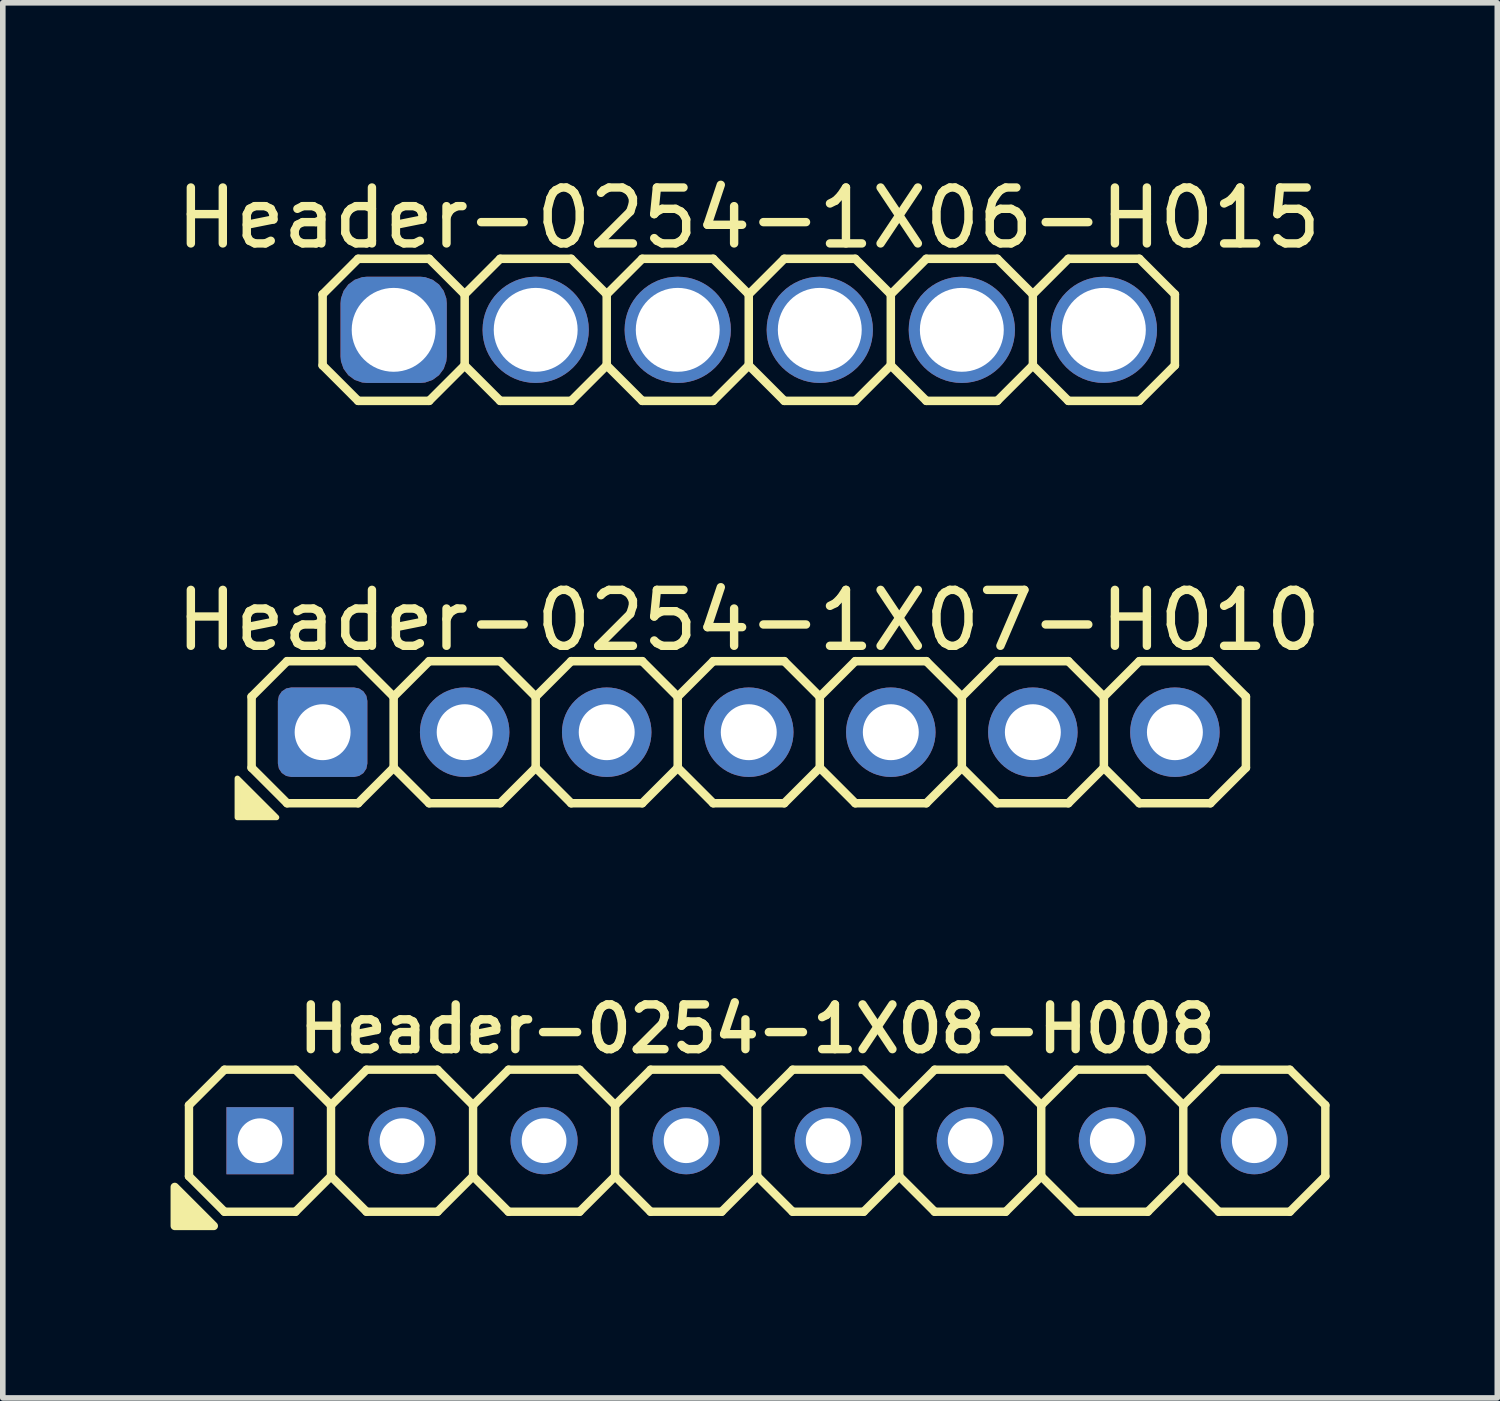
<source format=kicad_pcb>
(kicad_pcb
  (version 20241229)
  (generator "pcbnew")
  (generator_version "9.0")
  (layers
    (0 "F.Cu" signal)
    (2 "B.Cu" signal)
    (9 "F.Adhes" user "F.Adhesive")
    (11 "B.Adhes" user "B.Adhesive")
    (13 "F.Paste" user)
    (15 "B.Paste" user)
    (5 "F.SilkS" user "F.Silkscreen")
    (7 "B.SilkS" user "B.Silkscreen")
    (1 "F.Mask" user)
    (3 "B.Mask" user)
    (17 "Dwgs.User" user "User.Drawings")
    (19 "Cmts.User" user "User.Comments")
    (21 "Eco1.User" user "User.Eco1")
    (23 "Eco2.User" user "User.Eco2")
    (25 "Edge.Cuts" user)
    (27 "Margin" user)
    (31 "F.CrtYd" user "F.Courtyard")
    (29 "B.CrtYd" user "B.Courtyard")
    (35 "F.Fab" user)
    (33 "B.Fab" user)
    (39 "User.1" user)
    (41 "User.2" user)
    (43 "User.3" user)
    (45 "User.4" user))
  (footprint "Header-0254-1X07-H010"
    (layer "F.Cu")
    (at 10.339 10.043)
    (property "Reference" "Header-0254-1X07-H010" (at 0 -2 0) (layer "F.SilkS") (effects (font (size 1 1) (thickness 0.15))))
    (attr exclude_from_pos_files exclude_from_bom)
    (fp_line (start -8.89 -0.635) (end -8.89 0.635) (stroke (width 0.152) (type solid)) (layer "F.SilkS"))
    (fp_line (start -8.89 0.635) (end -8.255 1.27) (stroke (width 0.152) (type solid)) (layer "F.SilkS"))
    (fp_line (start -8.255 -1.27) (end -8.89 -0.635) (stroke (width 0.152) (type solid)) (layer "F.SilkS"))
    (fp_line (start -8.255 -1.27) (end -6.985 -1.27) (stroke (width 0.152) (type solid)) (layer "F.SilkS"))
    (fp_line (start -6.985 -1.27) (end -6.35 -0.635) (stroke (width 0.152) (type solid)) (layer "F.SilkS"))
    (fp_line (start -6.985 1.27) (end -8.255 1.27) (stroke (width 0.152) (type solid)) (layer "F.SilkS"))
    (fp_line (start -6.35 -0.635) (end -6.35 0.635) (stroke (width 0.152) (type solid)) (layer "F.SilkS"))
    (fp_line (start -6.35 -0.635) (end -5.715 -1.27) (stroke (width 0.152) (type solid)) (layer "F.SilkS"))
    (fp_line (start -6.35 0.635) (end -6.985 1.27) (stroke (width 0.152) (type solid)) (layer "F.SilkS"))
    (fp_line (start -5.715 -1.27) (end -4.445 -1.27) (stroke (width 0.152) (type solid)) (layer "F.SilkS"))
    (fp_line (start -5.715 1.27) (end -6.35 0.635) (stroke (width 0.152) (type solid)) (layer "F.SilkS"))
    (fp_line (start -4.445 -1.27) (end -3.81 -0.635) (stroke (width 0.152) (type solid)) (layer "F.SilkS"))
    (fp_line (start -4.445 1.27) (end -5.715 1.27) (stroke (width 0.152) (type solid)) (layer "F.SilkS"))
    (fp_line (start -3.81 -0.635) (end -3.81 0.635) (stroke (width 0.152) (type solid)) (layer "F.SilkS"))
    (fp_line (start -3.81 -0.635) (end -3.175 -1.27) (stroke (width 0.152) (type solid)) (layer "F.SilkS"))
    (fp_line (start -3.81 0.635) (end -4.445 1.27) (stroke (width 0.152) (type solid)) (layer "F.SilkS"))
    (fp_line (start -3.175 -1.27) (end -1.905 -1.27) (stroke (width 0.152) (type solid)) (layer "F.SilkS"))
    (fp_line (start -3.175 1.27) (end -3.81 0.635) (stroke (width 0.152) (type solid)) (layer "F.SilkS"))
    (fp_line (start -1.905 -1.27) (end -1.27 -0.635) (stroke (width 0.152) (type solid)) (layer "F.SilkS"))
    (fp_line (start -1.905 1.27) (end -3.175 1.27) (stroke (width 0.152) (type solid)) (layer "F.SilkS"))
    (fp_line (start -1.27 -0.635) (end -1.27 0.635) (stroke (width 0.152) (type solid)) (layer "F.SilkS"))
    (fp_line (start -1.27 0.635) (end -1.905 1.27) (stroke (width 0.152) (type solid)) (layer "F.SilkS"))
    (fp_line (start -1.27 0.635) (end -0.635 1.27) (stroke (width 0.152) (type solid)) (layer "F.SilkS"))
    (fp_line (start -0.635 -1.27) (end -1.27 -0.635) (stroke (width 0.152) (type solid)) (layer "F.SilkS"))
    (fp_line (start -0.635 -1.27) (end 0.635 -1.27) (stroke (width 0.152) (type solid)) (layer "F.SilkS"))
    (fp_line (start 0.635 -1.27) (end 1.27 -0.635) (stroke (width 0.152) (type solid)) (layer "F.SilkS"))
    (fp_line (start 0.635 1.27) (end -0.635 1.27) (stroke (width 0.152) (type solid)) (layer "F.SilkS"))
    (fp_line (start 1.27 -0.635) (end 1.27 0.635) (stroke (width 0.152) (type solid)) (layer "F.SilkS"))
    (fp_line (start 1.27 -0.635) (end 1.905 -1.27) (stroke (width 0.152) (type solid)) (layer "F.SilkS"))
    (fp_line (start 1.27 0.635) (end 0.635 1.27) (stroke (width 0.152) (type solid)) (layer "F.SilkS"))
    (fp_line (start 1.905 -1.27) (end 3.175 -1.27) (stroke (width 0.152) (type solid)) (layer "F.SilkS"))
    (fp_line (start 1.905 1.27) (end 1.27 0.635) (stroke (width 0.152) (type solid)) (layer "F.SilkS"))
    (fp_line (start 3.175 -1.27) (end 3.81 -0.635) (stroke (width 0.152) (type solid)) (layer "F.SilkS"))
    (fp_line (start 3.175 1.27) (end 1.905 1.27) (stroke (width 0.152) (type solid)) (layer "F.SilkS"))
    (fp_line (start 3.81 -0.635) (end 3.81 0.635) (stroke (width 0.152) (type solid)) (layer "F.SilkS"))
    (fp_line (start 3.81 -0.635) (end 4.445 -1.27) (stroke (width 0.152) (type solid)) (layer "F.SilkS"))
    (fp_line (start 3.81 0.635) (end 3.175 1.27) (stroke (width 0.152) (type solid)) (layer "F.SilkS"))
    (fp_line (start 4.445 -1.27) (end 5.715 -1.27) (stroke (width 0.152) (type solid)) (layer "F.SilkS"))
    (fp_line (start 4.445 1.27) (end 3.81 0.635) (stroke (width 0.152) (type solid)) (layer "F.SilkS"))
    (fp_line (start 5.715 -1.27) (end 6.35 -0.635) (stroke (width 0.152) (type solid)) (layer "F.SilkS"))
    (fp_line (start 5.715 1.27) (end 4.445 1.27) (stroke (width 0.152) (type solid)) (layer "F.SilkS"))
    (fp_line (start 6.35 -0.635) (end 6.35 0.635) (stroke (width 0.152) (type solid)) (layer "F.SilkS"))
    (fp_line (start 6.35 0.635) (end 5.715 1.27) (stroke (width 0.152) (type solid)) (layer "F.SilkS"))
    (fp_line (start 6.35 0.635) (end 6.985 1.27) (stroke (width 0.152) (type solid)) (layer "F.SilkS"))
    (fp_line (start 6.985 -1.27) (end 6.35 -0.635) (stroke (width 0.152) (type solid)) (layer "F.SilkS"))
    (fp_line (start 6.985 -1.27) (end 8.255 -1.27) (stroke (width 0.152) (type solid)) (layer "F.SilkS"))
    (fp_line (start 8.255 -1.27) (end 8.89 -0.635) (stroke (width 0.152) (type solid)) (layer "F.SilkS"))
    (fp_line (start 8.255 1.27) (end 6.985 1.27) (stroke (width 0.152) (type solid)) (layer "F.SilkS"))
    (fp_line (start 8.89 -0.635) (end 8.89 0.635) (stroke (width 0.152) (type solid)) (layer "F.SilkS"))
    (fp_line (start 8.89 0.635) (end 8.255 1.27) (stroke (width 0.152) (type solid)) (layer "F.SilkS"))
    (fp_poly (pts (xy -9.144 0.826) (xy -9.144 1.524) (xy -8.445 1.524)) (stroke (width 0.1) (type solid)) (fill yes) (layer "F.SilkS"))
    (pad "1" thru_hole roundrect (at -7.62 0 180) (size 1.6 1.6) (drill 1) (layers "*.Cu" "*.Mask") (roundrect_rratio 0.15))
    (pad "2" thru_hole circle (at -5.08 0 180) (size 1.6 1.6) (drill 1) (layers "*.Cu" "*.Mask"))
    (pad "3" thru_hole circle (at -2.54 0 180) (size 1.6 1.6) (drill 1) (layers "*.Cu" "*.Mask"))
    (pad "4" thru_hole circle (at 0 0 180) (size 1.6 1.6) (drill 1) (layers "*.Cu" "*.Mask"))
    (pad "5" thru_hole circle (at 2.54 0 180) (size 1.6 1.6) (drill 1) (layers "*.Cu" "*.Mask"))
    (pad "6" thru_hole circle (at 5.08 0 180) (size 1.6 1.6) (drill 1) (layers "*.Cu" "*.Mask"))
    (pad "7" thru_hole circle (at 7.62 0 180) (size 1.6 1.6) (drill 1) (layers "*.Cu" "*.Mask")))
  (footprint "Header-0254-1X06-H015"
    (layer "F.Cu")
    (at 10.339 2.848)
    (property "Reference" "Header-0254-1X06-H015" (at 0 -2 0) (layer "F.SilkS") (effects (font (size 1 1) (thickness 0.15))))
    (attr exclude_from_pos_files exclude_from_bom)
    (fp_line (start -7.62 -0.635) (end -7.62 0.635) (stroke (width 0.152) (type solid)) (layer "F.SilkS"))
    (fp_line (start -7.62 0.635) (end -6.985 1.27) (stroke (width 0.152) (type solid)) (layer "F.SilkS"))
    (fp_line (start -6.985 -1.27) (end -7.62 -0.635) (stroke (width 0.152) (type solid)) (layer "F.SilkS"))
    (fp_line (start -6.985 -1.27) (end -5.715 -1.27) (stroke (width 0.152) (type solid)) (layer "F.SilkS"))
    (fp_line (start -5.715 -1.27) (end -5.08 -0.635) (stroke (width 0.152) (type solid)) (layer "F.SilkS"))
    (fp_line (start -5.715 1.27) (end -6.985 1.27) (stroke (width 0.152) (type solid)) (layer "F.SilkS"))
    (fp_line (start -5.08 -0.635) (end -5.08 0.635) (stroke (width 0.152) (type solid)) (layer "F.SilkS"))
    (fp_line (start -5.08 -0.635) (end -4.445 -1.27) (stroke (width 0.152) (type solid)) (layer "F.SilkS"))
    (fp_line (start -5.08 0.635) (end -5.715 1.27) (stroke (width 0.152) (type solid)) (layer "F.SilkS"))
    (fp_line (start -4.445 -1.27) (end -3.175 -1.27) (stroke (width 0.152) (type solid)) (layer "F.SilkS"))
    (fp_line (start -4.445 1.27) (end -5.08 0.635) (stroke (width 0.152) (type solid)) (layer "F.SilkS"))
    (fp_line (start -3.175 -1.27) (end -2.54 -0.635) (stroke (width 0.152) (type solid)) (layer "F.SilkS"))
    (fp_line (start -3.175 1.27) (end -4.445 1.27) (stroke (width 0.152) (type solid)) (layer "F.SilkS"))
    (fp_line (start -2.54 -0.635) (end -2.54 0.635) (stroke (width 0.152) (type solid)) (layer "F.SilkS"))
    (fp_line (start -2.54 -0.635) (end -1.905 -1.27) (stroke (width 0.152) (type solid)) (layer "F.SilkS"))
    (fp_line (start -2.54 0.635) (end -3.175 1.27) (stroke (width 0.152) (type solid)) (layer "F.SilkS"))
    (fp_line (start -1.905 -1.27) (end -0.635 -1.27) (stroke (width 0.152) (type solid)) (layer "F.SilkS"))
    (fp_line (start -1.905 1.27) (end -2.54 0.635) (stroke (width 0.152) (type solid)) (layer "F.SilkS"))
    (fp_line (start -0.635 -1.27) (end 0 -0.635) (stroke (width 0.152) (type solid)) (layer "F.SilkS"))
    (fp_line (start -0.635 1.27) (end -1.905 1.27) (stroke (width 0.152) (type solid)) (layer "F.SilkS"))
    (fp_line (start 0 -0.635) (end 0 0.635) (stroke (width 0.152) (type solid)) (layer "F.SilkS"))
    (fp_line (start 0 0.635) (end -0.635 1.27) (stroke (width 0.152) (type solid)) (layer "F.SilkS"))
    (fp_line (start 0 0.635) (end 0.635 1.27) (stroke (width 0.152) (type solid)) (layer "F.SilkS"))
    (fp_line (start 0.635 -1.27) (end 0 -0.635) (stroke (width 0.152) (type solid)) (layer "F.SilkS"))
    (fp_line (start 0.635 -1.27) (end 1.905 -1.27) (stroke (width 0.152) (type solid)) (layer "F.SilkS"))
    (fp_line (start 1.905 -1.27) (end 2.54 -0.635) (stroke (width 0.152) (type solid)) (layer "F.SilkS"))
    (fp_line (start 1.905 1.27) (end 0.635 1.27) (stroke (width 0.152) (type solid)) (layer "F.SilkS"))
    (fp_line (start 2.54 -0.635) (end 2.54 0.635) (stroke (width 0.152) (type solid)) (layer "F.SilkS"))
    (fp_line (start 2.54 -0.635) (end 3.175 -1.27) (stroke (width 0.152) (type solid)) (layer "F.SilkS"))
    (fp_line (start 2.54 0.635) (end 1.905 1.27) (stroke (width 0.152) (type solid)) (layer "F.SilkS"))
    (fp_line (start 3.175 -1.27) (end 4.445 -1.27) (stroke (width 0.152) (type solid)) (layer "F.SilkS"))
    (fp_line (start 3.175 1.27) (end 2.54 0.635) (stroke (width 0.152) (type solid)) (layer "F.SilkS"))
    (fp_line (start 4.445 -1.27) (end 5.08 -0.635) (stroke (width 0.152) (type solid)) (layer "F.SilkS"))
    (fp_line (start 4.445 1.27) (end 3.175 1.27) (stroke (width 0.152) (type solid)) (layer "F.SilkS"))
    (fp_line (start 5.08 -0.635) (end 5.08 0.635) (stroke (width 0.15) (type solid)) (layer "F.SilkS"))
    (fp_line (start 5.08 0.635) (end 4.445 1.27) (stroke (width 0.152) (type solid)) (layer "F.SilkS"))
    (fp_line (start 5.08 0.635) (end 5.715 1.27) (stroke (width 0.152) (type solid)) (layer "F.SilkS"))
    (fp_line (start 5.715 -1.27) (end 5.08 -0.635) (stroke (width 0.152) (type solid)) (layer "F.SilkS"))
    (fp_line (start 5.715 -1.27) (end 6.985 -1.27) (stroke (width 0.152) (type solid)) (layer "F.SilkS"))
    (fp_line (start 6.985 -1.27) (end 7.62 -0.635) (stroke (width 0.152) (type solid)) (layer "F.SilkS"))
    (fp_line (start 6.985 1.27) (end 5.715 1.27) (stroke (width 0.152) (type solid)) (layer "F.SilkS"))
    (fp_line (start 7.62 -0.635) (end 7.62 0.635) (stroke (width 0.152) (type solid)) (layer "F.SilkS"))
    (fp_line (start 7.62 0.635) (end 6.985 1.27) (stroke (width 0.152) (type solid)) (layer "F.SilkS"))
    (pad "1" thru_hole roundrect (at -6.35 0 180) (size 1.9 1.9) (drill 1.5) (layers "*.Cu" "*.Mask") (roundrect_rratio 0.25))
    (pad "2" thru_hole circle (at -3.81 0 180) (size 1.9 1.9) (drill 1.5) (layers "*.Cu" "*.Mask"))
    (pad "3" thru_hole circle (at -1.27 0 180) (size 1.9 1.9) (drill 1.5) (layers "*.Cu" "*.Mask"))
    (pad "4" thru_hole circle (at 1.27 0 180) (size 1.9 1.9) (drill 1.5) (layers "*.Cu" "*.Mask"))
    (pad "5" thru_hole circle (at 3.81 0 180) (size 1.9 1.9) (drill 1.5) (layers "*.Cu" "*.Mask"))
    (pad "6" thru_hole circle (at 6.35 0 180) (size 1.9 1.9) (drill 1.5) (layers "*.Cu" "*.Mask")))
  (footprint "Header-0254-1X08-H008"
    (layer "F.Cu")
    (at 10.489 17.348)
    (property "Reference" "Header-0254-1X08-H008" (at 0 -2 0) (layer "F.SilkS") (effects (font (size 0.8 0.8) (thickness 0.15))))
    (attr exclude_from_pos_files exclude_from_bom)
    (fp_line (start -10.16 -0.635) (end -10.16 0.635) (stroke (width 0.15) (type solid)) (layer "F.SilkS"))
    (fp_line (start -10.16 0.635) (end -9.525 1.27) (stroke (width 0.15) (type solid)) (layer "F.SilkS"))
    (fp_line (start -9.525 -1.27) (end -10.16 -0.635) (stroke (width 0.15) (type solid)) (layer "F.SilkS"))
    (fp_line (start -9.525 -1.27) (end -8.255 -1.27) (stroke (width 0.15) (type solid)) (layer "F.SilkS"))
    (fp_line (start -8.255 -1.27) (end -7.62 -0.635) (stroke (width 0.15) (type solid)) (layer "F.SilkS"))
    (fp_line (start -8.255 1.27) (end -9.525 1.27) (stroke (width 0.15) (type solid)) (layer "F.SilkS"))
    (fp_line (start -7.62 -0.635) (end -7.62 0.635) (stroke (width 0.15) (type solid)) (layer "F.SilkS"))
    (fp_line (start -7.62 -0.635) (end -6.985 -1.27) (stroke (width 0.15) (type solid)) (layer "F.SilkS"))
    (fp_line (start -7.62 0.635) (end -8.255 1.27) (stroke (width 0.15) (type solid)) (layer "F.SilkS"))
    (fp_line (start -6.985 -1.27) (end -5.715 -1.27) (stroke (width 0.15) (type solid)) (layer "F.SilkS"))
    (fp_line (start -6.985 1.27) (end -7.62 0.635) (stroke (width 0.15) (type solid)) (layer "F.SilkS"))
    (fp_line (start -5.715 -1.27) (end -5.08 -0.635) (stroke (width 0.15) (type solid)) (layer "F.SilkS"))
    (fp_line (start -5.715 1.27) (end -6.985 1.27) (stroke (width 0.15) (type solid)) (layer "F.SilkS"))
    (fp_line (start -5.08 -0.635) (end -5.08 0.635) (stroke (width 0.15) (type solid)) (layer "F.SilkS"))
    (fp_line (start -5.08 -0.635) (end -4.445 -1.27) (stroke (width 0.15) (type solid)) (layer "F.SilkS"))
    (fp_line (start -5.08 0.635) (end -5.715 1.27) (stroke (width 0.15) (type solid)) (layer "F.SilkS"))
    (fp_line (start -4.445 -1.27) (end -3.175 -1.27) (stroke (width 0.15) (type solid)) (layer "F.SilkS"))
    (fp_line (start -4.445 1.27) (end -5.08 0.635) (stroke (width 0.15) (type solid)) (layer "F.SilkS"))
    (fp_line (start -3.175 -1.27) (end -2.54 -0.635) (stroke (width 0.15) (type solid)) (layer "F.SilkS"))
    (fp_line (start -3.175 1.27) (end -4.445 1.27) (stroke (width 0.15) (type solid)) (layer "F.SilkS"))
    (fp_line (start -2.54 -0.635) (end -2.54 0.635) (stroke (width 0.15) (type solid)) (layer "F.SilkS"))
    (fp_line (start -2.54 0.635) (end -3.175 1.27) (stroke (width 0.15) (type solid)) (layer "F.SilkS"))
    (fp_line (start -2.54 0.635) (end -1.905 1.27) (stroke (width 0.15) (type solid)) (layer "F.SilkS"))
    (fp_line (start -1.905 -1.27) (end -2.54 -0.635) (stroke (width 0.15) (type solid)) (layer "F.SilkS"))
    (fp_line (start -1.905 -1.27) (end -0.635 -1.27) (stroke (width 0.15) (type solid)) (layer "F.SilkS"))
    (fp_line (start -0.635 -1.27) (end 0 -0.635) (stroke (width 0.15) (type solid)) (layer "F.SilkS"))
    (fp_line (start -0.635 1.27) (end -1.905 1.27) (stroke (width 0.15) (type solid)) (layer "F.SilkS"))
    (fp_line (start 0 -0.635) (end 0 0.635) (stroke (width 0.15) (type solid)) (layer "F.SilkS"))
    (fp_line (start 0 -0.635) (end 0.635 -1.27) (stroke (width 0.15) (type solid)) (layer "F.SilkS"))
    (fp_line (start 0 0.635) (end -0.635 1.27) (stroke (width 0.15) (type solid)) (layer "F.SilkS"))
    (fp_line (start 0.635 -1.27) (end 1.905 -1.27) (stroke (width 0.15) (type solid)) (layer "F.SilkS"))
    (fp_line (start 0.635 1.27) (end 0 0.635) (stroke (width 0.15) (type solid)) (layer "F.SilkS"))
    (fp_line (start 1.905 -1.27) (end 2.54 -0.635) (stroke (width 0.15) (type solid)) (layer "F.SilkS"))
    (fp_line (start 1.905 1.27) (end 0.635 1.27) (stroke (width 0.15) (type solid)) (layer "F.SilkS"))
    (fp_line (start 2.54 -0.635) (end 2.54 0.635) (stroke (width 0.15) (type solid)) (layer "F.SilkS"))
    (fp_line (start 2.54 -0.635) (end 3.175 -1.27) (stroke (width 0.15) (type solid)) (layer "F.SilkS"))
    (fp_line (start 2.54 0.635) (end 1.905 1.27) (stroke (width 0.15) (type solid)) (layer "F.SilkS"))
    (fp_line (start 3.175 -1.27) (end 4.445 -1.27) (stroke (width 0.15) (type solid)) (layer "F.SilkS"))
    (fp_line (start 3.175 1.27) (end 2.54 0.635) (stroke (width 0.15) (type solid)) (layer "F.SilkS"))
    (fp_line (start 4.445 -1.27) (end 5.08 -0.635) (stroke (width 0.15) (type solid)) (layer "F.SilkS"))
    (fp_line (start 4.445 1.27) (end 3.175 1.27) (stroke (width 0.15) (type solid)) (layer "F.SilkS"))
    (fp_line (start 5.08 -0.635) (end 5.08 0.635) (stroke (width 0.15) (type solid)) (layer "F.SilkS"))
    (fp_line (start 5.08 0.635) (end 4.445 1.27) (stroke (width 0.15) (type solid)) (layer "F.SilkS"))
    (fp_line (start 5.08 0.635) (end 5.715 1.27) (stroke (width 0.15) (type solid)) (layer "F.SilkS"))
    (fp_line (start 5.715 -1.27) (end 5.08 -0.635) (stroke (width 0.15) (type solid)) (layer "F.SilkS"))
    (fp_line (start 5.715 -1.27) (end 6.985 -1.27) (stroke (width 0.15) (type solid)) (layer "F.SilkS"))
    (fp_line (start 6.985 -1.27) (end 7.62 -0.635) (stroke (width 0.15) (type solid)) (layer "F.SilkS"))
    (fp_line (start 6.985 1.27) (end 5.715 1.27) (stroke (width 0.15) (type solid)) (layer "F.SilkS"))
    (fp_line (start 7.62 -0.635) (end 7.62 0.635) (stroke (width 0.15) (type solid)) (layer "F.SilkS"))
    (fp_line (start 7.62 0.635) (end 6.985 1.27) (stroke (width 0.15) (type solid)) (layer "F.SilkS"))
    (fp_line (start 7.62 0.635) (end 8.255 1.27) (stroke (width 0.15) (type solid)) (layer "F.SilkS"))
    (fp_line (start 8.255 -1.27) (end 7.62 -0.635) (stroke (width 0.15) (type solid)) (layer "F.SilkS"))
    (fp_line (start 8.255 -1.27) (end 9.525 -1.27) (stroke (width 0.15) (type solid)) (layer "F.SilkS"))
    (fp_line (start 9.525 -1.27) (end 10.16 -0.635) (stroke (width 0.15) (type solid)) (layer "F.SilkS"))
    (fp_line (start 9.525 1.27) (end 8.255 1.27) (stroke (width 0.15) (type solid)) (layer "F.SilkS"))
    (fp_line (start 10.16 -0.635) (end 10.16 0.635) (stroke (width 0.15) (type solid)) (layer "F.SilkS"))
    (fp_line (start 10.16 0.635) (end 9.525 1.27) (stroke (width 0.15) (type solid)) (layer "F.SilkS"))
    (fp_poly (pts (xy -10.414 0.826) (xy -10.414 1.524) (xy -9.716 1.524)) (stroke (width 0.15) (type solid)) (fill yes) (layer "F.SilkS"))
    (pad "1" thru_hole rect (at -8.89 0 180) (size 1.2 1.2) (drill 0.8) (layers "*.Cu" "*.Mask"))
    (pad "2" thru_hole circle (at -6.35 0 180) (size 1.2 1.2) (drill 0.8) (layers "*.Cu" "*.Mask"))
    (pad "3" thru_hole circle (at -3.81 0 180) (size 1.2 1.2) (drill 0.8) (layers "*.Cu" "*.Mask"))
    (pad "4" thru_hole circle (at -1.27 0 180) (size 1.2 1.2) (drill 0.8) (layers "*.Cu" "*.Mask"))
    (pad "5" thru_hole circle (at 1.27 0 180) (size 1.2 1.2) (drill 0.8) (layers "*.Cu" "*.Mask"))
    (pad "6" thru_hole circle (at 3.81 0 180) (size 1.2 1.2) (drill 0.8) (layers "*.Cu" "*.Mask"))
    (pad "7" thru_hole circle (at 6.35 0 180) (size 1.2 1.2) (drill 0.8) (layers "*.Cu" "*.Mask"))
    (pad "8" thru_hole circle (at 8.89 0 180) (size 1.2 1.2) (drill 0.8) (layers "*.Cu" "*.Mask")))
  (gr_rect
    (start -3 -3)
    (end 23.724 21.947)
    (stroke (width 0.1) (type default))
    (fill no)
    (layer "Edge.Cuts")))
</source>
